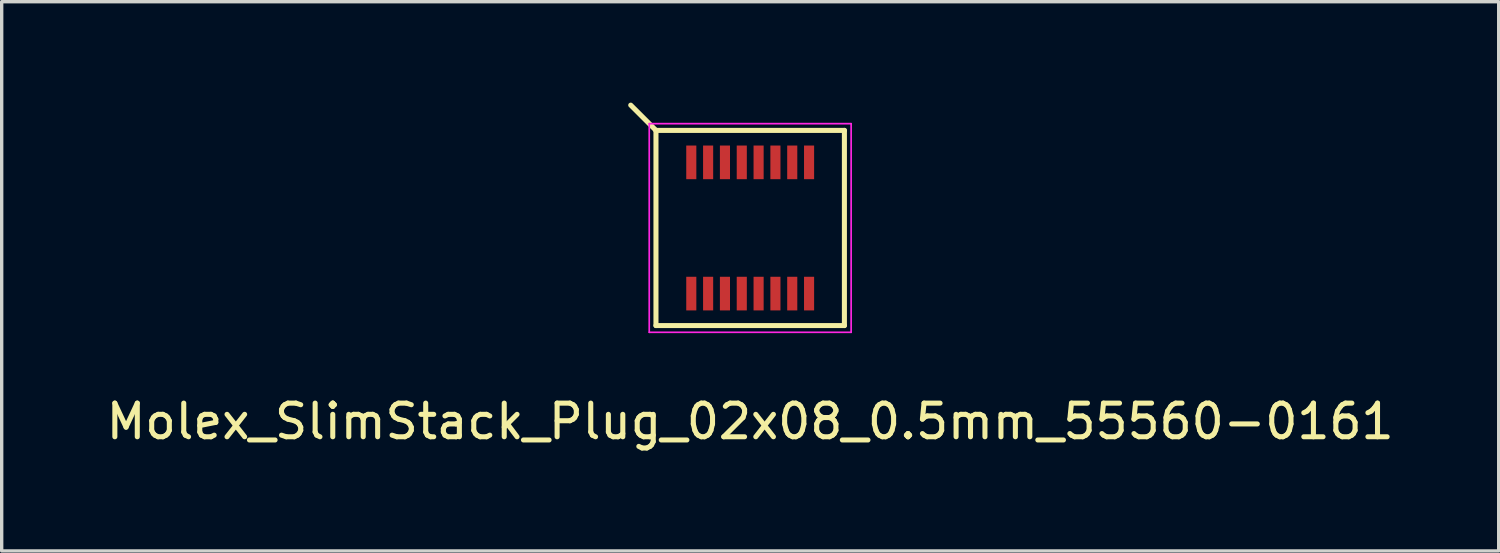
<source format=kicad_pcb>
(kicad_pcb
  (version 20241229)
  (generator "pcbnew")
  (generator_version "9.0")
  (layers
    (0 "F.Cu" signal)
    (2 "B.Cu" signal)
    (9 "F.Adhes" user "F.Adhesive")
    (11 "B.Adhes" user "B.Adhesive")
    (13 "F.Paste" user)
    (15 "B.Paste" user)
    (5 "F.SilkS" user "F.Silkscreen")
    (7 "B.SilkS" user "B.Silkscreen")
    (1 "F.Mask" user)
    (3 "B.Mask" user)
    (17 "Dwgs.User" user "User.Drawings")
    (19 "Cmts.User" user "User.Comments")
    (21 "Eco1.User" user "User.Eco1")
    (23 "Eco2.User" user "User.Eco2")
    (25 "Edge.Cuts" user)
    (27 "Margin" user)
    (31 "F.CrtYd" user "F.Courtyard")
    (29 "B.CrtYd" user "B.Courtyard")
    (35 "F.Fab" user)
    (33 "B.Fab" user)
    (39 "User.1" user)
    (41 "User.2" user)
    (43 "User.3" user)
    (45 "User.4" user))
  (footprint "Molex_SlimStack_Plug_02x08_0.5mm_55560-0161"
    (layer "F.Cu")
    (at 19.244 3.725)
    (property "Reference" "Molex_SlimStack_Plug_02x08_0.5mm_55560-0161" (at 0 5.75 0) (layer "F.SilkS") (effects (font (size 1 1) (thickness 0.15))))
    (attr smd)
    (fp_line (start -2.8 -2.9) (end -3.55 -3.65) (stroke (width 0.15) (type solid)) (layer "F.SilkS"))
    (fp_line (start -2.8 -2.9) (end -2.8 2.9) (stroke (width 0.15) (type solid)) (layer "F.SilkS"))
    (fp_line (start -2.8 2.9) (end 2.8 2.9) (stroke (width 0.15) (type solid)) (layer "F.SilkS"))
    (fp_line (start 2.8 -2.9) (end -2.8 -2.9) (stroke (width 0.15) (type solid)) (layer "F.SilkS"))
    (fp_line (start 2.8 2.9) (end 2.8 -2.9) (stroke (width 0.15) (type solid)) (layer "F.SilkS"))
    (fp_line (start -3 -3.1) (end -3 3.1) (stroke (width 0.05) (type solid)) (layer "F.CrtYd"))
    (fp_line (start -3 3.1) (end 3 3.1) (stroke (width 0.05) (type solid)) (layer "F.CrtYd"))
    (fp_line (start 3 -3.1) (end -3 -3.1) (stroke (width 0.05) (type solid)) (layer "F.CrtYd"))
    (fp_line (start 3 3.1) (end 3 -3.1) (stroke (width 0.05) (type solid)) (layer "F.CrtYd"))
    (pad "1" smd rect (at -1.75 -1.95) (size 0.3 1) (layers "F.Cu" "F.Mask" "F.Paste"))
    (pad "2" smd rect (at -1.75 1.95) (size 0.3 1) (layers "F.Cu" "F.Mask" "F.Paste"))
    (pad "3" smd rect (at -1.25 -1.95) (size 0.3 1) (layers "F.Cu" "F.Mask" "F.Paste"))
    (pad "4" smd rect (at -1.25 1.95) (size 0.3 1) (layers "F.Cu" "F.Mask" "F.Paste"))
    (pad "5" smd rect (at -0.75 -1.95) (size 0.3 1) (layers "F.Cu" "F.Mask" "F.Paste"))
    (pad "6" smd rect (at -0.75 1.95) (size 0.3 1) (layers "F.Cu" "F.Mask" "F.Paste"))
    (pad "7" smd rect (at -0.25 -1.95) (size 0.3 1) (layers "F.Cu" "F.Mask" "F.Paste"))
    (pad "8" smd rect (at -0.25 1.95) (size 0.3 1) (layers "F.Cu" "F.Mask" "F.Paste"))
    (pad "9" smd rect (at 0.25 -1.95) (size 0.3 1) (layers "F.Cu" "F.Mask" "F.Paste"))
    (pad "10" smd rect (at 0.25 1.95) (size 0.3 1) (layers "F.Cu" "F.Mask" "F.Paste"))
    (pad "11" smd rect (at 0.75 -1.95) (size 0.3 1) (layers "F.Cu" "F.Mask" "F.Paste"))
    (pad "12" smd rect (at 0.75 1.95) (size 0.3 1) (layers "F.Cu" "F.Mask" "F.Paste"))
    (pad "13" smd rect (at 1.25 -1.95) (size 0.3 1) (layers "F.Cu" "F.Mask" "F.Paste"))
    (pad "14" smd rect (at 1.25 1.95) (size 0.3 1) (layers "F.Cu" "F.Mask" "F.Paste"))
    (pad "15" smd rect (at 1.75 -1.95) (size 0.3 1) (layers "F.Cu" "F.Mask" "F.Paste"))
    (pad "16" smd rect (at 1.75 1.95) (size 0.3 1) (layers "F.Cu" "F.Mask" "F.Paste")))
  (gr_rect
    (start -3 -3)
    (end 41.488 13.323)
    (stroke (width 0.1) (type default))
    (fill no)
    (layer "Edge.Cuts")))
</source>
